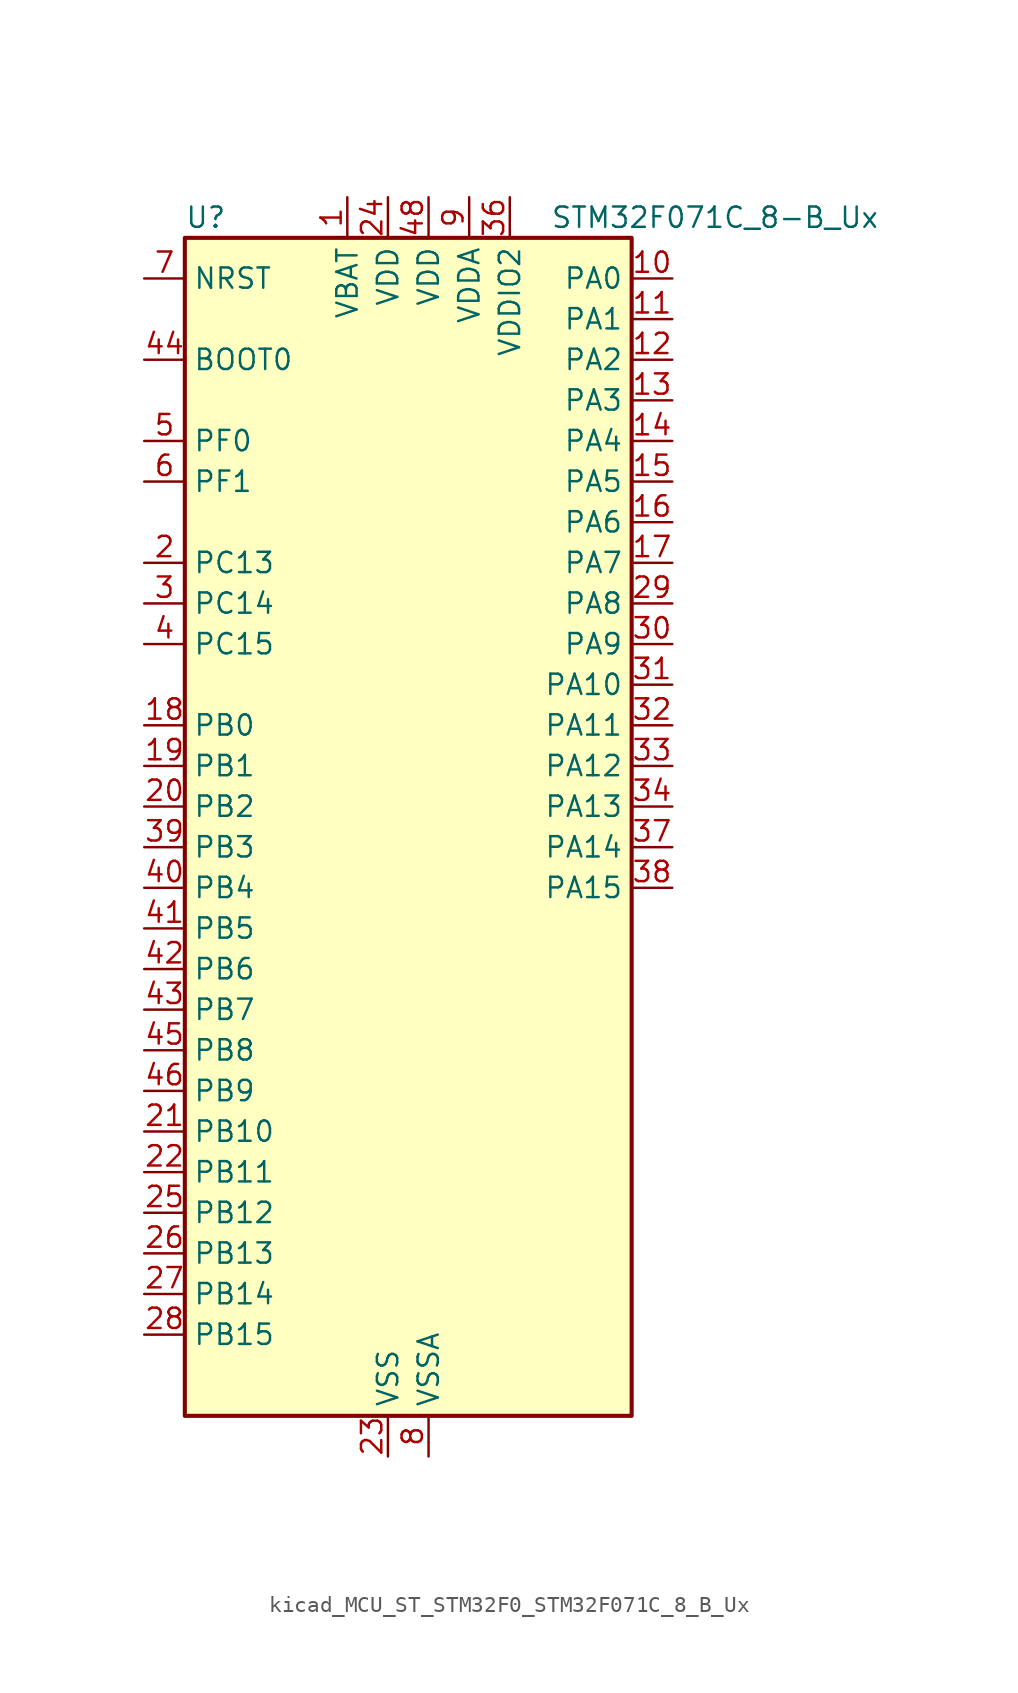
<source format=kicad_sym>
(kicad_symbol_lib
  (version 20220914)
  (generator kicad_symbol_editor)
  (symbol "kicad_MCU_ST_STM32F0_STM32F071C_8_B_Ux"
    (property "Reference" "U"
      (at -12.7 39.37 0)
      (effects (font (size 1.27 1.27)) (justify left)))
    (property "Value" "STM32F071C_8-B_Ux"
      (at 10.16 39.37 0)
      (effects (font (size 1.27 1.27)) (justify left)))
    (property "ki_locked" ""
      (at 0 0 0)
      (effects (font (size 1.27 1.27))))
    (symbol "kicad_MCU_ST_STM32F0_STM32F071C_8_B_Ux_0_1"
      (rectangle (start -12.7 -35.56) (end 15.24 38.1) (stroke (width 0.254) (type default)) (fill (type background))))
    (symbol "kicad_MCU_ST_STM32F0_STM32F071C_8_B_Ux_1_1"
      (pin power_in line (at -2.54 40.64 270) (length 2.54) (name "VBAT" (effects (font (size 1.27 1.27)))) (number "1" (effects (font (size 1.27 1.27)))))
      (pin bidirectional line (at 17.78 35.56 180) (length 2.54) (name "PA0" (effects (font (size 1.27 1.27)))) (number "10" (effects (font (size 1.27 1.27)))) (alternate "ADC_IN0" bidirectional line) (alternate "COMP1_INM" bidirectional line) (alternate "COMP1_OUT" bidirectional line) (alternate "RTC_TAMP2" bidirectional line) (alternate "SYS_WKUP1" bidirectional line) (alternate "TIM2_CH1" bidirectional line) (alternate "TIM2_ETR" bidirectional line) (alternate "TSC_G1_IO1" bidirectional line) (alternate "USART2_CTS" bidirectional line) (alternate "USART4_TX" bidirectional line))
      (pin bidirectional line (at 17.78 33.02 180) (length 2.54) (name "PA1" (effects (font (size 1.27 1.27)))) (number "11" (effects (font (size 1.27 1.27)))) (alternate "ADC_IN1" bidirectional line) (alternate "COMP1_INP" bidirectional line) (alternate "TIM15_CH1N" bidirectional line) (alternate "TIM2_CH2" bidirectional line) (alternate "TSC_G1_IO2" bidirectional line) (alternate "USART2_DE" bidirectional line) (alternate "USART2_RTS" bidirectional line) (alternate "USART4_RX" bidirectional line))
      (pin bidirectional line (at 17.78 30.48 180) (length 2.54) (name "PA2" (effects (font (size 1.27 1.27)))) (number "12" (effects (font (size 1.27 1.27)))) (alternate "ADC_IN2" bidirectional line) (alternate "COMP2_INM" bidirectional line) (alternate "COMP2_OUT" bidirectional line) (alternate "SYS_WKUP4" bidirectional line) (alternate "TIM15_CH1" bidirectional line) (alternate "TIM2_CH3" bidirectional line) (alternate "TSC_G1_IO3" bidirectional line) (alternate "USART2_TX" bidirectional line))
      (pin bidirectional line (at 17.78 27.94 180) (length 2.54) (name "PA3" (effects (font (size 1.27 1.27)))) (number "13" (effects (font (size 1.27 1.27)))) (alternate "ADC_IN3" bidirectional line) (alternate "COMP2_INP" bidirectional line) (alternate "TIM15_CH2" bidirectional line) (alternate "TIM2_CH4" bidirectional line) (alternate "TSC_G1_IO4" bidirectional line) (alternate "USART2_RX" bidirectional line))
      (pin bidirectional line (at 17.78 25.4 180) (length 2.54) (name "PA4" (effects (font (size 1.27 1.27)))) (number "14" (effects (font (size 1.27 1.27)))) (alternate "ADC_IN4" bidirectional line) (alternate "COMP1_INM" bidirectional line) (alternate "COMP2_INM" bidirectional line) (alternate "DAC_OUT1" bidirectional line) (alternate "I2S1_WS" bidirectional line) (alternate "SPI1_NSS" bidirectional line) (alternate "TIM14_CH1" bidirectional line) (alternate "TSC_G2_IO1" bidirectional line) (alternate "USART2_CK" bidirectional line))
      (pin bidirectional line (at 17.78 22.86 180) (length 2.54) (name "PA5" (effects (font (size 1.27 1.27)))) (number "15" (effects (font (size 1.27 1.27)))) (alternate "ADC_IN5" bidirectional line) (alternate "CEC" bidirectional line) (alternate "COMP1_INM" bidirectional line) (alternate "COMP2_INM" bidirectional line) (alternate "DAC_OUT2" bidirectional line) (alternate "I2S1_CK" bidirectional line) (alternate "SPI1_SCK" bidirectional line) (alternate "TIM2_CH1" bidirectional line) (alternate "TIM2_ETR" bidirectional line) (alternate "TSC_G2_IO2" bidirectional line))
      (pin bidirectional line (at 17.78 20.32 180) (length 2.54) (name "PA6" (effects (font (size 1.27 1.27)))) (number "16" (effects (font (size 1.27 1.27)))) (alternate "ADC_IN6" bidirectional line) (alternate "COMP1_OUT" bidirectional line) (alternate "I2S1_MCK" bidirectional line) (alternate "SPI1_MISO" bidirectional line) (alternate "TIM16_CH1" bidirectional line) (alternate "TIM1_BKIN" bidirectional line) (alternate "TIM3_CH1" bidirectional line) (alternate "TSC_G2_IO3" bidirectional line) (alternate "USART3_CTS" bidirectional line))
      (pin bidirectional line (at 17.78 17.78 180) (length 2.54) (name "PA7" (effects (font (size 1.27 1.27)))) (number "17" (effects (font (size 1.27 1.27)))) (alternate "ADC_IN7" bidirectional line) (alternate "COMP2_OUT" bidirectional line) (alternate "I2S1_SD" bidirectional line) (alternate "SPI1_MOSI" bidirectional line) (alternate "TIM14_CH1" bidirectional line) (alternate "TIM17_CH1" bidirectional line) (alternate "TIM1_CH1N" bidirectional line) (alternate "TIM3_CH2" bidirectional line) (alternate "TSC_G2_IO4" bidirectional line))
      (pin bidirectional line (at -15.24 7.62 0) (length 2.54) (name "PB0" (effects (font (size 1.27 1.27)))) (number "18" (effects (font (size 1.27 1.27)))) (alternate "ADC_IN8" bidirectional line) (alternate "TIM1_CH2N" bidirectional line) (alternate "TIM3_CH3" bidirectional line) (alternate "TSC_G3_IO2" bidirectional line) (alternate "USART3_CK" bidirectional line))
      (pin bidirectional line (at -15.24 5.08 0) (length 2.54) (name "PB1" (effects (font (size 1.27 1.27)))) (number "19" (effects (font (size 1.27 1.27)))) (alternate "ADC_IN9" bidirectional line) (alternate "TIM14_CH1" bidirectional line) (alternate "TIM1_CH3N" bidirectional line) (alternate "TIM3_CH4" bidirectional line) (alternate "TSC_G3_IO3" bidirectional line) (alternate "USART3_DE" bidirectional line) (alternate "USART3_RTS" bidirectional line))
      (pin bidirectional line (at -15.24 17.78 0) (length 2.54) (name "PC13" (effects (font (size 1.27 1.27)))) (number "2" (effects (font (size 1.27 1.27)))) (alternate "RTC_OUT_ALARM" bidirectional line) (alternate "RTC_OUT_CALIB" bidirectional line) (alternate "RTC_TAMP1" bidirectional line) (alternate "RTC_TS" bidirectional line) (alternate "SYS_WKUP2" bidirectional line))
      (pin bidirectional line (at -15.24 2.54 0) (length 2.54) (name "PB2" (effects (font (size 1.27 1.27)))) (number "20" (effects (font (size 1.27 1.27)))) (alternate "TSC_G3_IO4" bidirectional line))
      (pin bidirectional line (at -15.24 -17.78 0) (length 2.54) (name "PB10" (effects (font (size 1.27 1.27)))) (number "21" (effects (font (size 1.27 1.27)))) (alternate "CEC" bidirectional line) (alternate "I2C2_SCL" bidirectional line) (alternate "I2S2_CK" bidirectional line) (alternate "SPI2_SCK" bidirectional line) (alternate "TIM2_CH3" bidirectional line) (alternate "TSC_SYNC" bidirectional line) (alternate "USART3_TX" bidirectional line))
      (pin bidirectional line (at -15.24 -20.32 0) (length 2.54) (name "PB11" (effects (font (size 1.27 1.27)))) (number "22" (effects (font (size 1.27 1.27)))) (alternate "I2C2_SDA" bidirectional line) (alternate "TIM2_CH4" bidirectional line) (alternate "TSC_G6_IO1" bidirectional line) (alternate "USART3_RX" bidirectional line))
      (pin power_in line (at 0 -38.1 90) (length 2.54) (name "VSS" (effects (font (size 1.27 1.27)))) (number "23" (effects (font (size 1.27 1.27)))))
      (pin power_in line (at 0 40.64 270) (length 2.54) (name "VDD" (effects (font (size 1.27 1.27)))) (number "24" (effects (font (size 1.27 1.27)))))
      (pin bidirectional line (at -15.24 -22.86 0) (length 2.54) (name "PB12" (effects (font (size 1.27 1.27)))) (number "25" (effects (font (size 1.27 1.27)))) (alternate "I2S2_WS" bidirectional line) (alternate "SPI2_NSS" bidirectional line) (alternate "TIM15_BKIN" bidirectional line) (alternate "TIM1_BKIN" bidirectional line) (alternate "TSC_G6_IO2" bidirectional line) (alternate "USART3_CK" bidirectional line))
      (pin bidirectional line (at -15.24 -25.4 0) (length 2.54) (name "PB13" (effects (font (size 1.27 1.27)))) (number "26" (effects (font (size 1.27 1.27)))) (alternate "I2C2_SCL" bidirectional line) (alternate "I2S2_CK" bidirectional line) (alternate "SPI2_SCK" bidirectional line) (alternate "TIM1_CH1N" bidirectional line) (alternate "TSC_G6_IO3" bidirectional line) (alternate "USART3_CTS" bidirectional line))
      (pin bidirectional line (at -15.24 -27.94 0) (length 2.54) (name "PB14" (effects (font (size 1.27 1.27)))) (number "27" (effects (font (size 1.27 1.27)))) (alternate "I2C2_SDA" bidirectional line) (alternate "I2S2_MCK" bidirectional line) (alternate "SPI2_MISO" bidirectional line) (alternate "TIM15_CH1" bidirectional line) (alternate "TIM1_CH2N" bidirectional line) (alternate "TSC_G6_IO4" bidirectional line) (alternate "USART3_DE" bidirectional line) (alternate "USART3_RTS" bidirectional line))
      (pin bidirectional line (at -15.24 -30.48 0) (length 2.54) (name "PB15" (effects (font (size 1.27 1.27)))) (number "28" (effects (font (size 1.27 1.27)))) (alternate "I2S2_SD" bidirectional line) (alternate "RTC_REFIN" bidirectional line) (alternate "SPI2_MOSI" bidirectional line) (alternate "SYS_WKUP7" bidirectional line) (alternate "TIM15_CH1N" bidirectional line) (alternate "TIM15_CH2" bidirectional line) (alternate "TIM1_CH3N" bidirectional line))
      (pin bidirectional line (at 17.78 15.24 180) (length 2.54) (name "PA8" (effects (font (size 1.27 1.27)))) (number "29" (effects (font (size 1.27 1.27)))) (alternate "CRS_SYNC" bidirectional line) (alternate "RCC_MCO" bidirectional line) (alternate "TIM1_CH1" bidirectional line) (alternate "USART1_CK" bidirectional line))
      (pin bidirectional line (at -15.24 15.24 0) (length 2.54) (name "PC14" (effects (font (size 1.27 1.27)))) (number "3" (effects (font (size 1.27 1.27)))) (alternate "RCC_OSC32_IN" bidirectional line))
      (pin bidirectional line (at 17.78 12.7 180) (length 2.54) (name "PA9" (effects (font (size 1.27 1.27)))) (number "30" (effects (font (size 1.27 1.27)))) (alternate "DAC_EXTI9" bidirectional line) (alternate "TIM15_BKIN" bidirectional line) (alternate "TIM1_CH2" bidirectional line) (alternate "TSC_G4_IO1" bidirectional line) (alternate "USART1_TX" bidirectional line))
      (pin bidirectional line (at 17.78 10.16 180) (length 2.54) (name "PA10" (effects (font (size 1.27 1.27)))) (number "31" (effects (font (size 1.27 1.27)))) (alternate "TIM17_BKIN" bidirectional line) (alternate "TIM1_CH3" bidirectional line) (alternate "TSC_G4_IO2" bidirectional line) (alternate "USART1_RX" bidirectional line))
      (pin bidirectional line (at 17.78 7.62 180) (length 2.54) (name "PA11" (effects (font (size 1.27 1.27)))) (number "32" (effects (font (size 1.27 1.27)))) (alternate "COMP1_OUT" bidirectional line) (alternate "TIM1_CH4" bidirectional line) (alternate "TSC_G4_IO3" bidirectional line) (alternate "USART1_CTS" bidirectional line))
      (pin bidirectional line (at 17.78 5.08 180) (length 2.54) (name "PA12" (effects (font (size 1.27 1.27)))) (number "33" (effects (font (size 1.27 1.27)))) (alternate "COMP2_OUT" bidirectional line) (alternate "TIM1_ETR" bidirectional line) (alternate "TSC_G4_IO4" bidirectional line) (alternate "USART1_DE" bidirectional line) (alternate "USART1_RTS" bidirectional line))
      (pin bidirectional line (at 17.78 2.54 180) (length 2.54) (name "PA13" (effects (font (size 1.27 1.27)))) (number "34" (effects (font (size 1.27 1.27)))) (alternate "IR_OUT" bidirectional line) (alternate "SYS_SWDIO" bidirectional line))
      (pin passive line (at 0 -38.1 90) (length 2.54) hide (name "VSS" (effects (font (size 1.27 1.27)))) (number "35" (effects (font (size 1.27 1.27)))))
      (pin power_in line (at 7.62 40.64 270) (length 2.54) (name "VDDIO2" (effects (font (size 1.27 1.27)))) (number "36" (effects (font (size 1.27 1.27)))))
      (pin bidirectional line (at 17.78 0 180) (length 2.54) (name "PA14" (effects (font (size 1.27 1.27)))) (number "37" (effects (font (size 1.27 1.27)))) (alternate "SYS_SWCLK" bidirectional line) (alternate "USART2_TX" bidirectional line))
      (pin bidirectional line (at 17.78 -2.54 180) (length 2.54) (name "PA15" (effects (font (size 1.27 1.27)))) (number "38" (effects (font (size 1.27 1.27)))) (alternate "I2S1_WS" bidirectional line) (alternate "SPI1_NSS" bidirectional line) (alternate "TIM2_CH1" bidirectional line) (alternate "TIM2_ETR" bidirectional line) (alternate "USART2_RX" bidirectional line) (alternate "USART4_DE" bidirectional line) (alternate "USART4_RTS" bidirectional line))
      (pin bidirectional line (at -15.24 0 0) (length 2.54) (name "PB3" (effects (font (size 1.27 1.27)))) (number "39" (effects (font (size 1.27 1.27)))) (alternate "I2S1_CK" bidirectional line) (alternate "SPI1_SCK" bidirectional line) (alternate "TIM2_CH2" bidirectional line) (alternate "TSC_G5_IO1" bidirectional line))
      (pin bidirectional line (at -15.24 12.7 0) (length 2.54) (name "PC15" (effects (font (size 1.27 1.27)))) (number "4" (effects (font (size 1.27 1.27)))) (alternate "RCC_OSC32_OUT" bidirectional line))
      (pin bidirectional line (at -15.24 -2.54 0) (length 2.54) (name "PB4" (effects (font (size 1.27 1.27)))) (number "40" (effects (font (size 1.27 1.27)))) (alternate "I2S1_MCK" bidirectional line) (alternate "SPI1_MISO" bidirectional line) (alternate "TIM17_BKIN" bidirectional line) (alternate "TIM3_CH1" bidirectional line) (alternate "TSC_G5_IO2" bidirectional line))
      (pin bidirectional line (at -15.24 -5.08 0) (length 2.54) (name "PB5" (effects (font (size 1.27 1.27)))) (number "41" (effects (font (size 1.27 1.27)))) (alternate "I2C1_SMBA" bidirectional line) (alternate "I2S1_SD" bidirectional line) (alternate "SPI1_MOSI" bidirectional line) (alternate "SYS_WKUP6" bidirectional line) (alternate "TIM16_BKIN" bidirectional line) (alternate "TIM3_CH2" bidirectional line))
      (pin bidirectional line (at -15.24 -7.62 0) (length 2.54) (name "PB6" (effects (font (size 1.27 1.27)))) (number "42" (effects (font (size 1.27 1.27)))) (alternate "I2C1_SCL" bidirectional line) (alternate "TIM16_CH1N" bidirectional line) (alternate "TSC_G5_IO3" bidirectional line) (alternate "USART1_TX" bidirectional line))
      (pin bidirectional line (at -15.24 -10.16 0) (length 2.54) (name "PB7" (effects (font (size 1.27 1.27)))) (number "43" (effects (font (size 1.27 1.27)))) (alternate "I2C1_SDA" bidirectional line) (alternate "TIM17_CH1N" bidirectional line) (alternate "TSC_G5_IO4" bidirectional line) (alternate "USART1_RX" bidirectional line) (alternate "USART4_CTS" bidirectional line))
      (pin input line (at -15.24 30.48 0) (length 2.54) (name "BOOT0" (effects (font (size 1.27 1.27)))) (number "44" (effects (font (size 1.27 1.27)))))
      (pin bidirectional line (at -15.24 -12.7 0) (length 2.54) (name "PB8" (effects (font (size 1.27 1.27)))) (number "45" (effects (font (size 1.27 1.27)))) (alternate "CEC" bidirectional line) (alternate "I2C1_SCL" bidirectional line) (alternate "TIM16_CH1" bidirectional line) (alternate "TSC_SYNC" bidirectional line))
      (pin bidirectional line (at -15.24 -15.24 0) (length 2.54) (name "PB9" (effects (font (size 1.27 1.27)))) (number "46" (effects (font (size 1.27 1.27)))) (alternate "DAC_EXTI9" bidirectional line) (alternate "I2C1_SDA" bidirectional line) (alternate "I2S2_WS" bidirectional line) (alternate "IR_OUT" bidirectional line) (alternate "SPI2_NSS" bidirectional line) (alternate "TIM17_CH1" bidirectional line))
      (pin passive line (at 0 -38.1 90) (length 2.54) hide (name "VSS" (effects (font (size 1.27 1.27)))) (number "47" (effects (font (size 1.27 1.27)))))
      (pin power_in line (at 2.54 40.64 270) (length 2.54) (name "VDD" (effects (font (size 1.27 1.27)))) (number "48" (effects (font (size 1.27 1.27)))))
      (pin passive line (at 0 -38.1 90) (length 2.54) hide (name "VSS" (effects (font (size 1.27 1.27)))) (number "49" (effects (font (size 1.27 1.27)))))
      (pin bidirectional line (at -15.24 25.4 0) (length 2.54) (name "PF0" (effects (font (size 1.27 1.27)))) (number "5" (effects (font (size 1.27 1.27)))) (alternate "CRS_SYNC" bidirectional line) (alternate "RCC_OSC_IN" bidirectional line))
      (pin bidirectional line (at -15.24 22.86 0) (length 2.54) (name "PF1" (effects (font (size 1.27 1.27)))) (number "6" (effects (font (size 1.27 1.27)))) (alternate "RCC_OSC_OUT" bidirectional line))
      (pin input line (at -15.24 35.56 0) (length 2.54) (name "NRST" (effects (font (size 1.27 1.27)))) (number "7" (effects (font (size 1.27 1.27)))))
      (pin power_in line (at 2.54 -38.1 90) (length 2.54) (name "VSSA" (effects (font (size 1.27 1.27)))) (number "8" (effects (font (size 1.27 1.27)))))
      (pin power_in line (at 5.08 40.64 270) (length 2.54) (name "VDDA" (effects (font (size 1.27 1.27)))) (number "9" (effects (font (size 1.27 1.27))))))))
</source>
